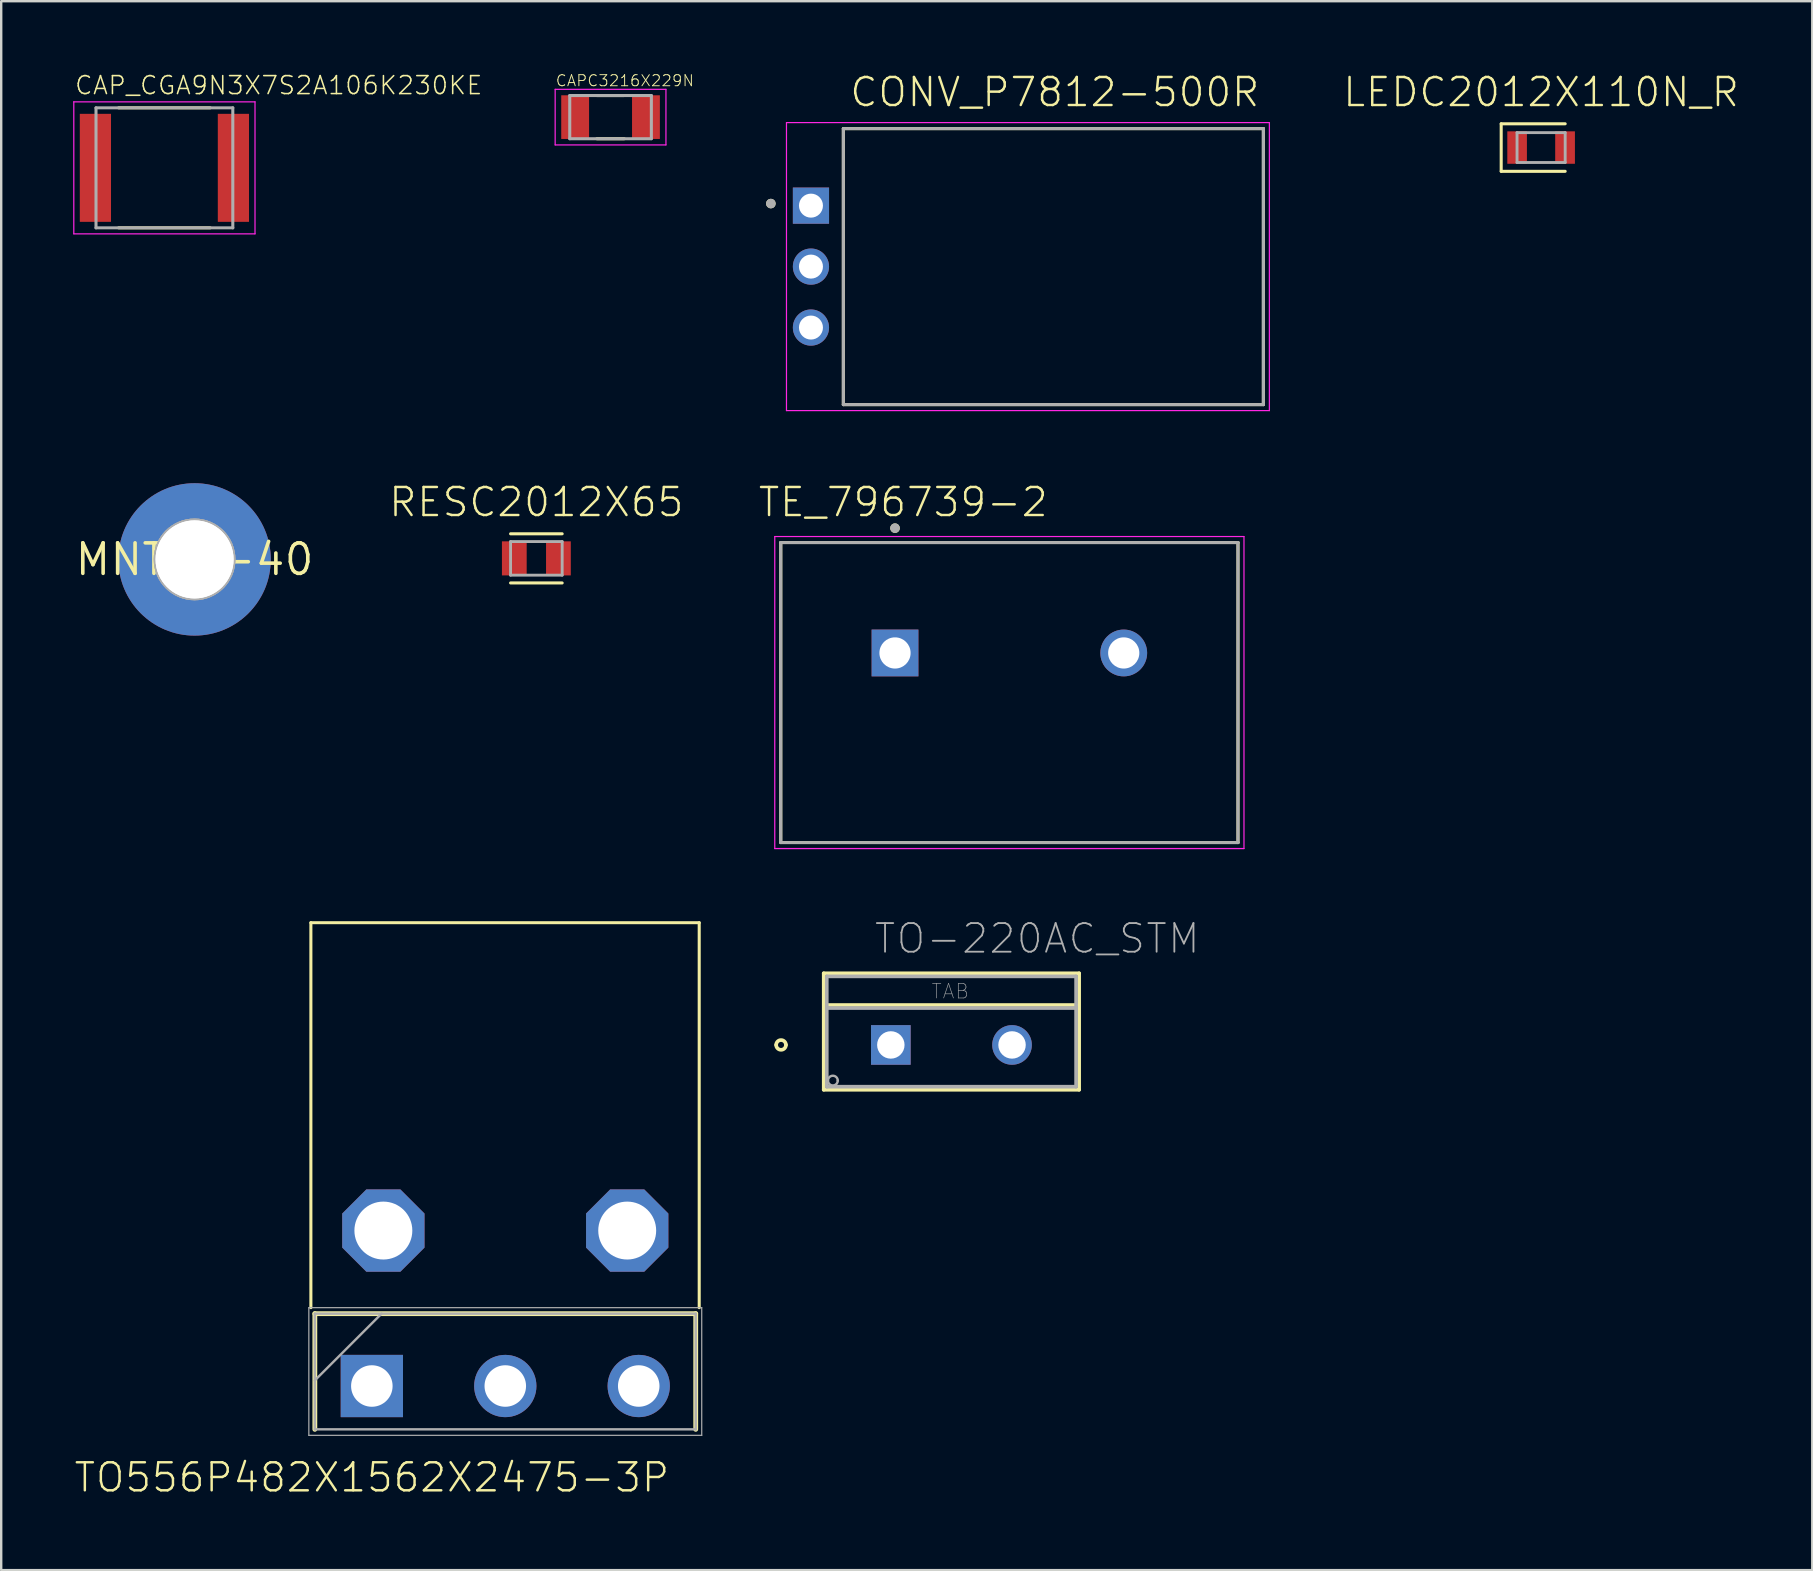
<source format=kicad_pcb>
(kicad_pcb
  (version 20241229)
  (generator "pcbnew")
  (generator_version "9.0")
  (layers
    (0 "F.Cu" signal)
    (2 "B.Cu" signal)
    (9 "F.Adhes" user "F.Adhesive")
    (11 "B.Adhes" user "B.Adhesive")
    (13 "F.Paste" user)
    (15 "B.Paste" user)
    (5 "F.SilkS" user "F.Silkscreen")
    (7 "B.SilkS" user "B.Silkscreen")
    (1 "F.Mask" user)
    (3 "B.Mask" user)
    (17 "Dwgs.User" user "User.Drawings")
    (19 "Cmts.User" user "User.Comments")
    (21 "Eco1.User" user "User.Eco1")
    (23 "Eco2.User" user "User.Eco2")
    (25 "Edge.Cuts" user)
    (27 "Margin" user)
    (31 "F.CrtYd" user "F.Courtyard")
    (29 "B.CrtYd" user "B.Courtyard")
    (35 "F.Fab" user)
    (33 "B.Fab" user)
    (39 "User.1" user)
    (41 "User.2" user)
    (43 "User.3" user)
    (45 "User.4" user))
  (footprint "TO-220AC_STM"
    (layer "F.Cu")
    (at 34.067 40.488)
    (property "Reference" "TO-220AC_STM" (at -0.746 -3.734 0) (layer "F.Fab") (effects (font (size 1.194 1.194) (thickness 0.076)) (justify left bottom)))
    (fp_line (start -2.796 -2.985) (end -2.796 1.867) (stroke (width 0.152) (type solid)) (layer "F.SilkS"))
    (fp_line (start -2.796 1.867) (end 7.846 1.867) (stroke (width 0.152) (type solid)) (layer "F.SilkS"))
    (fp_line (start -2.669 -1.664) (end 7.719 -1.664) (stroke (width 0.152) (type solid)) (layer "F.SilkS"))
    (fp_line (start 7.846 -2.985) (end -2.796 -2.985) (stroke (width 0.152) (type solid)) (layer "F.SilkS"))
    (fp_line (start 7.846 1.867) (end 7.846 -2.985) (stroke (width 0.152) (type solid)) (layer "F.SilkS"))
    (fp_arc (start -4.7775 0) (mid -4.5743 -0.2032) (end -4.3711 0) (stroke (width 0.1524) (type solid)) (layer "F.SilkS"))
    (fp_arc (start -4.3711 0) (mid -4.5743 0.2032) (end -4.7775 0) (stroke (width 0.1524) (type solid)) (layer "F.SilkS"))
    (fp_line (start -2.669 -2.857) (end -2.669 1.74) (stroke (width 0.152) (type solid)) (layer "F.Fab"))
    (fp_line (start -2.669 -1.537) (end 7.719 -1.537) (stroke (width 0.152) (type solid)) (layer "F.Fab"))
    (fp_line (start -2.669 1.74) (end 7.719 1.74) (stroke (width 0.152) (type solid)) (layer "F.Fab"))
    (fp_line (start 7.719 -2.857) (end -2.669 -2.857) (stroke (width 0.152) (type solid)) (layer "F.Fab"))
    (fp_line (start 7.719 1.74) (end 7.719 -2.857) (stroke (width 0.152) (type solid)) (layer "F.Fab"))
    (fp_arc (start -2.6185 1.4859) (mid -2.4153 1.2827) (end -2.2121 1.4859) (stroke (width 0.1) (type solid)) (layer "F.Fab"))
    (fp_arc (start -2.2121 1.4859) (mid -2.4153 1.6891) (end -2.6185 1.4859) (stroke (width 0.1) (type solid)) (layer "F.Fab"))
    (fp_text user "TAB" (at 1.661 -1.88 0) (layer "F.Fab") (effects (font (size 0.61 0.61) (thickness 0.025)) (justify left bottom)))
    (pad "1" thru_hole rect (at 0 0) (size 1.651 1.651) (drill 1.143) (layers "*.Cu" "*.Mask"))
    (pad "2" thru_hole circle (at 5.05 0) (size 1.651 1.651) (drill 1.143) (layers "*.Cu" "*.Mask")))
  (footprint "CAP_CGA9N3X7S2A106K230KE"
    (layer "F.Cu")
    (at 3.8 3.943)
    (property "Reference" "CAP_CGA9N3X7S2A106K230KE" (at -3.775 -3 0) (layer "F.SilkS") (effects (font (size 0.748 0.748) (thickness 0.065)) (justify left bottom)))
    (fp_line (start -1.905 -2.5) (end 1.905 -2.5) (stroke (width 0.127) (type solid)) (layer "F.SilkS"))
    (fp_line (start -1.905 2.5) (end 1.905 2.5) (stroke (width 0.127) (type solid)) (layer "F.SilkS"))
    (fp_line (start -3.775 -2.75) (end -3.775 2.75) (stroke (width 0.05) (type solid)) (layer "F.CrtYd"))
    (fp_line (start -3.775 2.75) (end 3.775 2.75) (stroke (width 0.05) (type solid)) (layer "F.CrtYd"))
    (fp_line (start 3.775 -2.75) (end -3.775 -2.75) (stroke (width 0.05) (type solid)) (layer "F.CrtYd"))
    (fp_line (start 3.775 2.75) (end 3.775 -2.75) (stroke (width 0.05) (type solid)) (layer "F.CrtYd"))
    (fp_line (start -2.85 -2.5) (end -2.85 2.5) (stroke (width 0.127) (type solid)) (layer "F.Fab"))
    (fp_line (start -2.85 -2.5) (end 2.85 -2.5) (stroke (width 0.127) (type solid)) (layer "F.Fab"))
    (fp_line (start -2.85 2.5) (end 2.85 2.5) (stroke (width 0.127) (type solid)) (layer "F.Fab"))
    (fp_line (start 2.85 -2.5) (end 2.85 2.5) (stroke (width 0.127) (type solid)) (layer "F.Fab"))
    (pad "1" smd rect (at -2.875 0) (size 1.3 4.5) (layers "F.Cu" "F.Mask" "F.Paste"))
    (pad "2" smd rect (at 2.875 0) (size 1.3 4.5) (layers "F.Cu" "F.Mask" "F.Paste")))
  (footprint "CAPC3216X229N"
    (layer "F.Cu")
    (at 22.389 1.83)
    (property "Reference" "CAPC3216X229N" (at -2.31 -1.25 0) (layer "F.SilkS") (effects (font (size 0.46 0.46) (thickness 0.04)) (justify left bottom)))
    (fp_line (start -0.57 -0.9) (end 0.57 -0.9) (stroke (width 0.127) (type solid)) (layer "F.SilkS"))
    (fp_line (start -0.57 0.9) (end 0.57 0.9) (stroke (width 0.127) (type solid)) (layer "F.SilkS"))
    (fp_line (start -2.308 -1.158) (end 2.308 -1.158) (stroke (width 0.05) (type solid)) (layer "F.CrtYd"))
    (fp_line (start -2.308 1.158) (end -2.308 -1.158) (stroke (width 0.05) (type solid)) (layer "F.CrtYd"))
    (fp_line (start -2.308 1.158) (end 2.308 1.158) (stroke (width 0.05) (type solid)) (layer "F.CrtYd"))
    (fp_line (start 2.308 1.158) (end 2.308 -1.158) (stroke (width 0.05) (type solid)) (layer "F.CrtYd"))
    (fp_line (start -1.7 0.9) (end -1.7 -0.9) (stroke (width 0.127) (type solid)) (layer "F.Fab"))
    (fp_line (start 1.7 -0.9) (end -1.7 -0.9) (stroke (width 0.127) (type solid)) (layer "F.Fab"))
    (fp_line (start 1.7 0.9) (end -1.7 0.9) (stroke (width 0.127) (type solid)) (layer "F.Fab"))
    (fp_line (start 1.7 0.9) (end 1.7 -0.9) (stroke (width 0.127) (type solid)) (layer "F.Fab"))
    (pad "1" smd rect (at -1.475 0) (size 1.16 1.82) (layers "F.Cu" "F.Mask" "F.Paste"))
    (pad "2" smd rect (at 1.475 0) (size 1.16 1.82) (layers "F.Cu" "F.Mask" "F.Paste")))
  (footprint "CONV_P7812-500R"
    (layer "F.Cu")
    (at 30.739 8.058)
    (property "Reference" "CONV_P7812-500R" (at 1.554 -6.585 0) (layer "F.SilkS") (effects (font (size 1.168 1.168) (thickness 0.102)) (justify left bottom)))
    (fp_line (start 1.35 -5.75) (end 1.35 5.75) (stroke (width 0.127) (type solid)) (layer "F.SilkS"))
    (fp_line (start 18.85 -5.75) (end 1.35 -5.75) (stroke (width 0.127) (type solid)) (layer "F.SilkS"))
    (fp_line (start 18.85 -5.75) (end 18.85 5.75) (stroke (width 0.127) (type solid)) (layer "F.SilkS"))
    (fp_line (start 18.85 5.75) (end 1.35 5.75) (stroke (width 0.127) (type solid)) (layer "F.SilkS"))
    (fp_circle (center -1.671 -2.626) (end -1.571 -2.626) (stroke (width 0.2) (type solid)) (fill no) (layer "F.SilkS"))
    (fp_line (start -1.02 -6) (end -1.02 6) (stroke (width 0.05) (type solid)) (layer "F.CrtYd"))
    (fp_line (start 19.1 -6) (end -1.02 -6) (stroke (width 0.05) (type solid)) (layer "F.CrtYd"))
    (fp_line (start 19.1 -6) (end 19.1 6) (stroke (width 0.05) (type solid)) (layer "F.CrtYd"))
    (fp_line (start 19.1 6) (end -1.02 6) (stroke (width 0.05) (type solid)) (layer "F.CrtYd"))
    (fp_line (start 1.35 -5.75) (end 1.35 5.75) (stroke (width 0.127) (type solid)) (layer "F.Fab"))
    (fp_line (start 18.85 -5.75) (end 1.35 -5.75) (stroke (width 0.127) (type solid)) (layer "F.Fab"))
    (fp_line (start 18.85 -5.75) (end 18.85 5.75) (stroke (width 0.127) (type solid)) (layer "F.Fab"))
    (fp_line (start 18.85 5.75) (end 1.35 5.75) (stroke (width 0.127) (type solid)) (layer "F.Fab"))
    (fp_circle (center -1.671 -2.626) (end -1.571 -2.626) (stroke (width 0.2) (type solid)) (fill no) (layer "F.Fab"))
    (pad "1" thru_hole rect (at 0 -2.54) (size 1.508 1.508) (drill 1) (layers "*.Cu" "*.Mask"))
    (pad "2" thru_hole circle (at 0 0) (size 1.508 1.508) (drill 1) (layers "*.Cu" "*.Mask"))
    (pad "3" thru_hole circle (at 0 2.54) (size 1.508 1.508) (drill 1) (layers "*.Cu" "*.Mask")))
  (footprint "TE_796739-2"
    (layer "F.Cu")
    (at 39.006 24.156)
    (property "Reference" "TE_796739-2" (at -10.525 -5.6 0) (layer "F.SilkS") (effects (font (size 1.168 1.168) (thickness 0.102)) (justify left bottom)))
    (fp_line (start -9.525 -4.6) (end 9.525 -4.6) (stroke (width 0.127) (type solid)) (layer "F.SilkS"))
    (fp_line (start -9.525 7.9) (end -9.525 -4.6) (stroke (width 0.127) (type solid)) (layer "F.SilkS"))
    (fp_line (start 9.525 -4.6) (end 9.525 7.9) (stroke (width 0.127) (type solid)) (layer "F.SilkS"))
    (fp_line (start 9.525 7.9) (end -9.525 7.9) (stroke (width 0.127) (type solid)) (layer "F.SilkS"))
    (fp_circle (center -4.765 -5.2) (end -4.665 -5.2) (stroke (width 0.2) (type solid)) (fill no) (layer "F.SilkS"))
    (fp_line (start -9.775 -4.85) (end 9.775 -4.85) (stroke (width 0.05) (type solid)) (layer "F.CrtYd"))
    (fp_line (start -9.775 8.15) (end -9.775 -4.85) (stroke (width 0.05) (type solid)) (layer "F.CrtYd"))
    (fp_line (start 9.775 -4.85) (end 9.775 8.15) (stroke (width 0.05) (type solid)) (layer "F.CrtYd"))
    (fp_line (start 9.775 8.15) (end -9.775 8.15) (stroke (width 0.05) (type solid)) (layer "F.CrtYd"))
    (fp_line (start -9.525 -4.6) (end 9.525 -4.6) (stroke (width 0.127) (type solid)) (layer "F.Fab"))
    (fp_line (start -9.525 7.9) (end -9.525 -4.6) (stroke (width 0.127) (type solid)) (layer "F.Fab"))
    (fp_line (start 9.525 -4.6) (end 9.525 7.9) (stroke (width 0.127) (type solid)) (layer "F.Fab"))
    (fp_line (start 9.525 7.9) (end -9.525 7.9) (stroke (width 0.127) (type solid)) (layer "F.Fab"))
    (fp_circle (center -4.765 -5.2) (end -4.665 -5.2) (stroke (width 0.2) (type solid)) (fill no) (layer "F.Fab"))
    (pad "1" thru_hole rect (at -4.765 0) (size 1.95 1.95) (drill 1.3) (layers "*.Cu" "*.Mask"))
    (pad "2" thru_hole circle (at 4.765 0) (size 1.95 1.95) (drill 1.3) (layers "*.Cu" "*.Mask")))
  (footprint "TO556P482X1562X2475-3P"
    (layer "F.Cu")
    (at 12.443 54.699)
    (property "Reference" "TO556P482X1562X2475-3P" (at 0 3.81 0) (layer "F.SilkS") (effects (font (size 1.168 1.168) (thickness 0.102))))
    (fp_line (start -2.54 -19.304) (end 13.64 -19.304) (stroke (width 0.127) (type solid)) (layer "F.SilkS"))
    (fp_line (start -2.54 -3.265) (end -2.54 -19.304) (stroke (width 0.127) (type solid)) (layer "F.SilkS"))
    (fp_line (start -2.375 -3.015) (end -2.375 1.805) (stroke (width 0.2) (type solid)) (layer "F.SilkS"))
    (fp_line (start 13.495 -3.015) (end -2.375 -3.015) (stroke (width 0.2) (type solid)) (layer "F.SilkS"))
    (fp_line (start 13.495 1.805) (end 13.495 -3.015) (stroke (width 0.2) (type solid)) (layer "F.SilkS"))
    (fp_line (start 13.64 -19.304) (end 13.64 -3.265) (stroke (width 0.127) (type solid)) (layer "F.SilkS"))
    (fp_line (start -2.625 -3.265) (end 13.745 -3.265) (stroke (width 0.05) (type solid)) (layer "F.Fab"))
    (fp_line (start -2.625 2.055) (end -2.625 -3.265) (stroke (width 0.05) (type solid)) (layer "F.Fab"))
    (fp_line (start -2.375 -3.015) (end 13.495 -3.015) (stroke (width 0.1) (type solid)) (layer "F.Fab"))
    (fp_line (start -2.375 -0.235) (end 0.405 -3.015) (stroke (width 0.1) (type solid)) (layer "F.Fab"))
    (fp_line (start -2.375 1.805) (end -2.375 -3.015) (stroke (width 0.1) (type solid)) (layer "F.Fab"))
    (fp_line (start 13.495 -3.015) (end 13.495 1.805) (stroke (width 0.1) (type solid)) (layer "F.Fab"))
    (fp_line (start 13.495 1.805) (end -2.375 1.805) (stroke (width 0.1) (type solid)) (layer "F.Fab"))
    (fp_line (start 13.745 -3.265) (end 13.745 2.055) (stroke (width 0.05) (type solid)) (layer "F.Fab"))
    (fp_line (start 13.745 2.055) (end -2.625 2.055) (stroke (width 0.05) (type solid)) (layer "F.Fab"))
    (pad "1" thru_hole rect (at 0 0) (size 2.595 2.595) (drill 1.73) (layers "*.Cu" "*.Mask"))
    (pad "2" thru_hole circle (at 5.56 0) (size 2.595 2.595) (drill 1.73) (layers "*.Cu" "*.Mask"))
    (pad "3" thru_hole circle (at 11.12 0) (size 2.595 2.595) (drill 1.73) (layers "*.Cu" "*.Mask"))
    (pad "P$1" thru_hole roundrect (at 0.48 -6.477 180) (size 3.429 3.429) (drill 2.413) (layers "*.Cu" "*.Mask") (roundrect_rratio 0.25) (chamfer_ratio 0.293) (chamfer top_left top_right bottom_left bottom_right))
    (pad "P$2" thru_hole roundrect (at 10.64 -6.477) (size 3.429 3.429) (drill 2.413) (layers "*.Cu" "*.Mask") (roundrect_rratio 0.25) (chamfer_ratio 0.293) (chamfer top_left top_right bottom_left bottom_right)))
  (footprint "LEDC2012X110N_R"
    (layer "F.Cu")
    (at 61.161 3.098)
    (property "Reference" "LEDC2012X110N_R" (at 0 -1.625 0) (layer "F.SilkS") (effects (font (size 1.168 1.168) (thickness 0.102)) (justify bottom)))
    (fp_line (start -1.663 -0.99) (end -1.663 0.99) (stroke (width 0.127) (type solid)) (layer "F.SilkS"))
    (fp_line (start -1.663 0.99) (end 1.003 0.99) (stroke (width 0.127) (type solid)) (layer "F.SilkS"))
    (fp_line (start 1.003 -0.99) (end -1.663 -0.99) (stroke (width 0.127) (type solid)) (layer "F.SilkS"))
    (fp_line (start -1.003 -0.622) (end 1.003 -0.622) (stroke (width 0.12) (type solid)) (layer "F.Fab"))
    (fp_line (start -1.003 0.622) (end -1.003 -0.622) (stroke (width 0.12) (type solid)) (layer "F.Fab"))
    (fp_line (start 1.003 -0.622) (end 1.003 0.622) (stroke (width 0.12) (type solid)) (layer "F.Fab"))
    (fp_line (start 1.003 0.622) (end -1.003 0.622) (stroke (width 0.12) (type solid)) (layer "F.Fab"))
    (pad "1" smd rect (at -1 0) (size 0.817 1.352) (layers "F.Cu" "F.Mask" "F.Paste"))
    (pad "2" smd rect (at 0.998 0) (size 0.822 1.352) (layers "F.Cu" "F.Mask" "F.Paste")))
  (footprint "MNT_4-40"
    (layer "F.Cu")
    (at 5.057 20.258)
    (property "Reference" "MNT_4-40" (at 0 0 0) (layer "F.SilkS") (effects (font (size 1.27 1.27) (thickness 0.15))))
    (fp_circle (center 0 0) (end 1.626 0) (stroke (width 0.152) (type solid)) (fill no) (layer "F.Fab"))
    (fp_circle (center 0 0) (end 1.626 0) (stroke (width 0.152) (type solid)) (fill no) (layer "F.Fab"))
    (fp_circle (center 0 0) (end 1.626 0) (stroke (width 0.152) (type solid)) (fill no) (layer "F.Fab"))
    (pad "" np_thru_hole circle (at 0 0) (size 3.251 3.251) (drill 3.251) (layers "*.Cu" "*.Mask"))
    (pad "P$1" thru_hole circle (at 0 0) (size 6.35 6.35) (drill 3.251) (layers "*.Cu" "*.Mask")))
  (footprint "RESC2012X65"
    (layer "F.Cu")
    (at 19.298 20.215)
    (property "Reference" "RESC2012X65" (at 0 -1.659 0) (layer "F.SilkS") (effects (font (size 1.168 1.168) (thickness 0.102)) (justify bottom)))
    (fp_line (start 1.075 -1.024) (end -1.075 -1.024) (stroke (width 0.127) (type solid)) (layer "F.SilkS"))
    (fp_line (start 1.075 1.024) (end -1.075 1.024) (stroke (width 0.127) (type solid)) (layer "F.SilkS"))
    (fp_line (start -1.075 -0.7) (end 1.075 -0.7) (stroke (width 0.12) (type solid)) (layer "F.Fab"))
    (fp_line (start -1.075 0.7) (end -1.075 -0.7) (stroke (width 0.12) (type solid)) (layer "F.Fab"))
    (fp_line (start 1.075 -0.7) (end 1.075 0.7) (stroke (width 0.12) (type solid)) (layer "F.Fab"))
    (fp_line (start 1.075 0.7) (end -1.075 0.7) (stroke (width 0.12) (type solid)) (layer "F.Fab"))
    (pad "1" smd rect (at -0.919 0) (size 1.031 1.42) (layers "F.Cu" "F.Mask" "F.Paste"))
    (pad "2" smd rect (at 0.919 0) (size 1.031 1.42) (layers "F.Cu" "F.Mask" "F.Paste")))
  (gr_rect
    (start -3 -3)
    (end 72.459 62.371)
    (stroke (width 0.1) (type default))
    (fill no)
    (layer "Edge.Cuts")))
</source>
